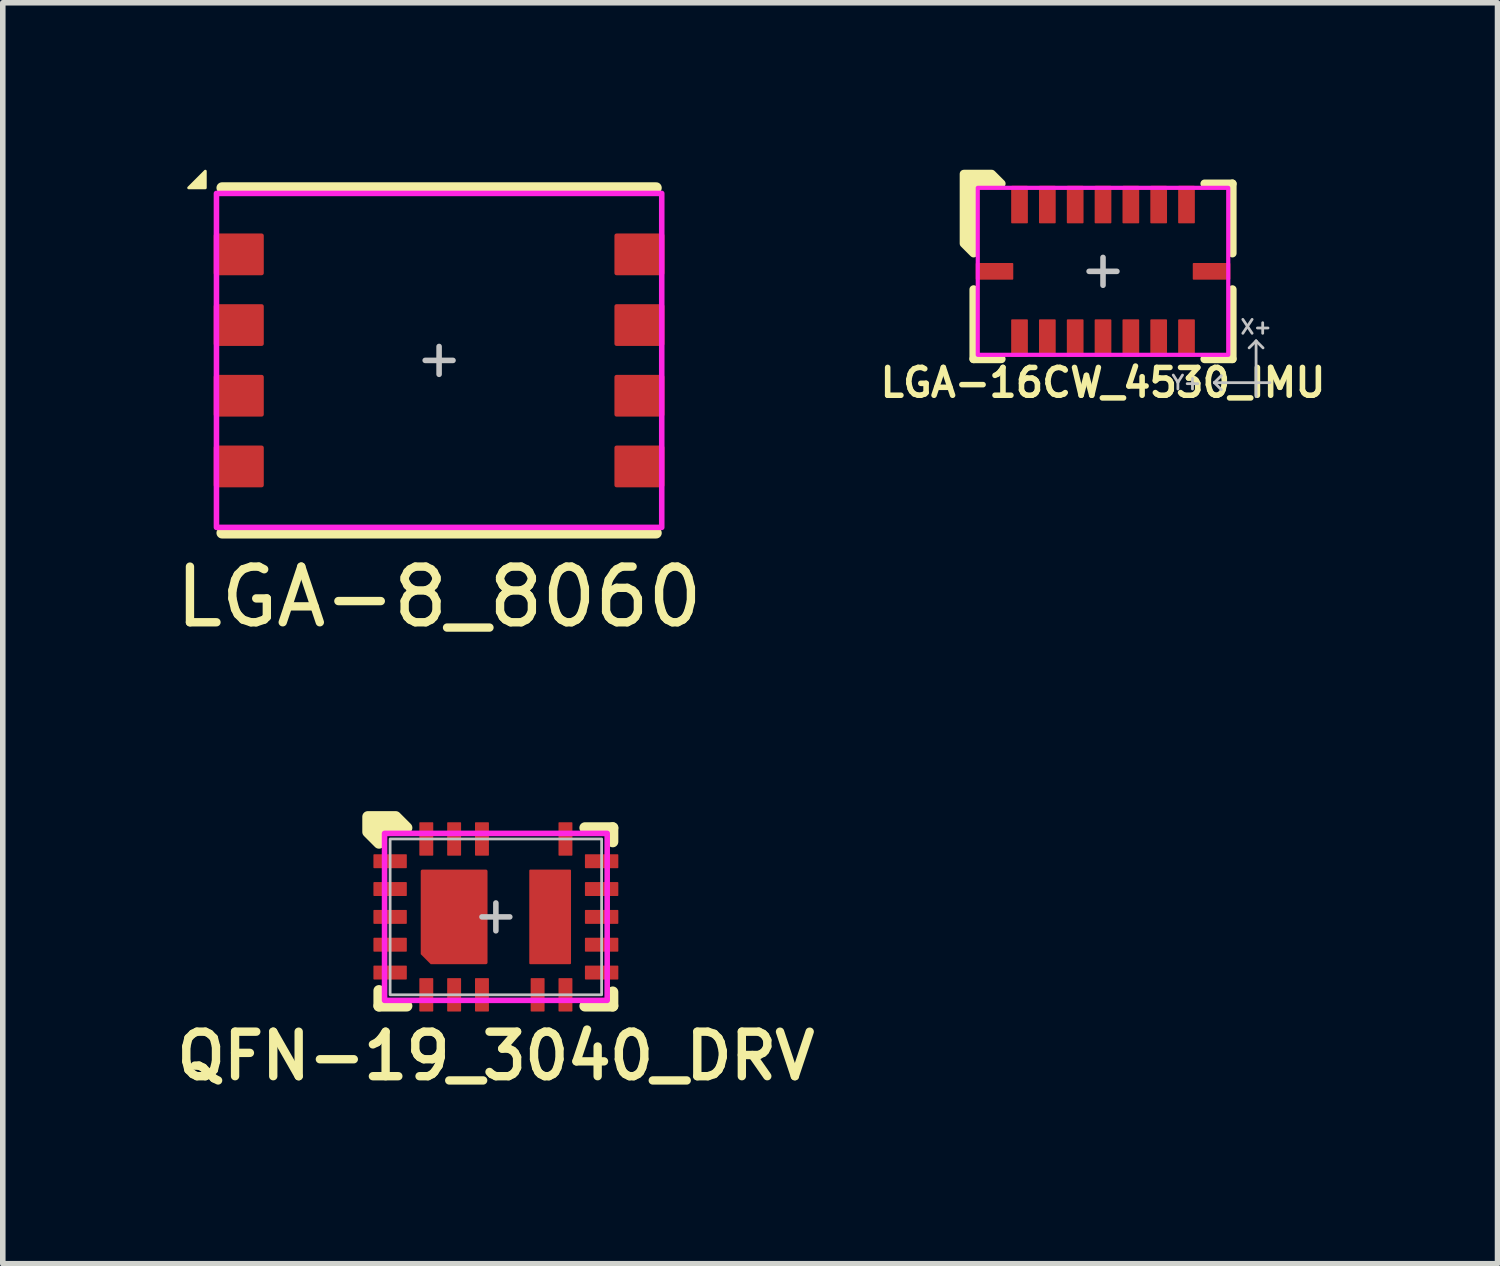
<source format=kicad_pcb>
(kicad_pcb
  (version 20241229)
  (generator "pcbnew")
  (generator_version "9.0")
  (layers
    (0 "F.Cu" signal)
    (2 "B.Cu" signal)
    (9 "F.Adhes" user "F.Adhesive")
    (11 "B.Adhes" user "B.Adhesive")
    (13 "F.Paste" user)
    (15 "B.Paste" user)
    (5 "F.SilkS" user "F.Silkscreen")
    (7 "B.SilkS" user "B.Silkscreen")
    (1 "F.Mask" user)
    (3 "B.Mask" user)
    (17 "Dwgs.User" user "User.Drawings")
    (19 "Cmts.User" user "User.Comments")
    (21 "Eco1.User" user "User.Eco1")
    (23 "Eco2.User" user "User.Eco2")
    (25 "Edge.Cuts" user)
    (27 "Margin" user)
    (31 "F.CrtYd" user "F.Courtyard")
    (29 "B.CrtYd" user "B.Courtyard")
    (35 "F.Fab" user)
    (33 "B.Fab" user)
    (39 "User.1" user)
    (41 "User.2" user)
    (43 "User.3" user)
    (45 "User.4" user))
  (footprint "QFN-19_3040_DRV"
    (layer "F.Cu")
    (at 5.859 13.423)
    (property "Reference" "QFN-19_3040_DRV" (at 0 2.5 0) (unlocked yes) (layer "F.SilkS") (effects (font (size 0.8 0.8) (thickness 0.15))))
    (attr smd)
    (fp_line (start -2.1 1.325) (end -2.1 1.6) (stroke (width 0.2) (type solid)) (layer "F.SilkS"))
    (fp_line (start -2.1 1.6) (end -1.6 1.6) (stroke (width 0.2) (type solid)) (layer "F.SilkS"))
    (fp_line (start 1.6 1.6) (end 2.1 1.6) (stroke (width 0.2) (type solid)) (layer "F.SilkS"))
    (fp_line (start 2.1 -1.6) (end 1.6 -1.6) (stroke (width 0.2) (type solid)) (layer "F.SilkS"))
    (fp_line (start 2.1 -1.35) (end 2.1 -1.6) (stroke (width 0.2) (type solid)) (layer "F.SilkS"))
    (fp_line (start 2.1 1.6) (end 2.1 1.35) (stroke (width 0.2) (type solid)) (layer "F.SilkS"))
    (fp_poly (pts (xy -2.1 -1.6) (xy -2.1 -1.325) (xy -2.3 -1.525) (xy -2.3 -1.8) (xy -1.8 -1.8) (xy -1.6 -1.6)) (stroke (width 0.2) (type solid)) (fill yes) (layer "F.SilkS"))
    (fp_rect (start -1.25 -0.75) (end -0.25 -0.075) (stroke (width 0) (type solid)) (fill yes) (layer "F.Paste"))
    (fp_rect (start 0.7 -0.75) (end 1.25 -0.075) (stroke (width 0) (type solid)) (fill yes) (layer "F.Paste"))
    (fp_rect (start 0.7 0.075) (end 1.25 0.75) (stroke (width 0) (type solid)) (fill yes) (layer "F.Paste"))
    (fp_poly (pts (xy -0.25 0.75) (xy -0.25 0.075) (xy -1.25 0.075) (xy -1.25 0.625) (xy -1.125 0.75)) (stroke (width 0) (type solid)) (fill yes) (layer "F.Paste"))
    (fp_line (start 0 -0.25) (end 0 0.25) (stroke (width 0.1) (type default)) (layer "Dwgs.User"))
    (fp_line (start 0.25 0) (end -0.25 0) (stroke (width 0.1) (type default)) (layer "Dwgs.User"))
    (fp_rect (start -1.9 -1.4) (end 1.9 1.4) (stroke (width 0.05) (type default)) (fill no) (layer "Dwgs.User"))
    (fp_poly (pts (xy 2 -1.5) (xy 2 1.5) (xy -2 1.5) (xy -2 -1.5)) (stroke (width 0.1) (type default)) (fill no) (layer "F.CrtYd"))
    (pad "1" smd roundrect (at -1.9 -1) (size 0.6 0.25) (layers "F.Cu" "F.Mask" "F.Paste") (roundrect_rratio 0.05))
    (pad "2" smd roundrect (at -1.9 -0.5) (size 0.6 0.25) (layers "F.Cu" "F.Mask" "F.Paste") (roundrect_rratio 0.05))
    (pad "4" smd roundrect (at -1.9 0.5) (size 0.6 0.25) (layers "F.Cu" "F.Mask" "F.Paste") (roundrect_rratio 0.05))
    (pad "5" smd roundrect (at -1.9 1) (size 0.6 0.25) (layers "F.Cu" "F.Mask" "F.Paste") (roundrect_rratio 0.05))
    (pad "6" smd roundrect (at -1.25 1.4 90) (size 0.6 0.25) (layers "F.Cu" "F.Mask" "F.Paste") (roundrect_rratio 0.05))
    (pad "8" smd roundrect (at -0.25 1.4 90) (size 0.6 0.25) (layers "F.Cu" "F.Mask" "F.Paste") (roundrect_rratio 0.05))
    (pad "10" smd roundrect (at 1.25 1.4 90) (size 0.6 0.25) (layers "F.Cu" "F.Mask" "F.Paste") (roundrect_rratio 0.05))
    (pad "11" smd roundrect (at 1.9 1) (size 0.6 0.25) (layers "F.Cu" "F.Mask" "F.Paste") (roundrect_rratio 0.05))
    (pad "12" smd roundrect (at 1.9 0.5) (size 0.6 0.25) (layers "F.Cu" "F.Mask" "F.Paste") (roundrect_rratio 0.05))
    (pad "14" smd roundrect (at 1.9 -0.5) (size 0.6 0.25) (layers "F.Cu" "F.Mask" "F.Paste") (roundrect_rratio 0.05))
    (pad "15" smd roundrect (at 1.9 -1) (size 0.6 0.25) (layers "F.Cu" "F.Mask" "F.Paste") (roundrect_rratio 0.05))
    (pad "17" smd roundrect (at -0.25 -1.4 90) (size 0.6 0.25) (layers "F.Cu" "F.Mask" "F.Paste") (roundrect_rratio 0.05))
    (pad "18" smd roundrect (at -0.75 -1.4 90) (size 0.6 0.25) (layers "F.Cu" "F.Mask" "F.Paste") (roundrect_rratio 0.05))
    (pad "19" smd roundrect (at -1.25 -1.4 90) (size 0.6 0.25) (layers "F.Cu" "F.Mask" "F.Paste") (roundrect_rratio 0.05))
    (pad "GND" smd roundrect (at -1.9 0) (size 0.6 0.25) (layers "F.Cu" "F.Mask" "F.Paste") (roundrect_rratio 0.05))
    (pad "GND" smd roundrect (at -0.75 0 90) (size 1.7 1.2) (layers "F.Cu" "F.Mask") (roundrect_rratio 0.025) (chamfer_ratio 0.15) (chamfer top_left))
    (pad "GND" smd roundrect (at -0.75 1.4 90) (size 0.6 0.25) (layers "F.Cu" "F.Mask" "F.Paste") (roundrect_rratio 0.05))
    (pad "SW" smd roundrect (at 0.75 1.4 90) (size 0.6 0.25) (layers "F.Cu" "F.Mask" "F.Paste") (roundrect_rratio 0.05))
    (pad "SW" smd roundrect (at 0.975 0 90) (size 1.7 0.75) (layers "F.Cu" "F.Mask") (roundrect_rratio 0.025))
    (pad "SW" smd roundrect (at 1.25 -1.4 90) (size 0.6 0.25) (layers "F.Cu" "F.Mask" "F.Paste") (roundrect_rratio 0.05))
    (pad "SW" smd roundrect (at 1.9 0) (size 0.6 0.25) (layers "F.Cu" "F.Mask" "F.Paste") (roundrect_rratio 0.05)))
  (footprint "LGA-16CW_4530_IMU"
    (layer "F.Cu")
    (at 16.767 1.825)
    (property "Reference" "LGA-16CW_4530_IMU" (at 0 2 0) (unlocked yes) (layer "F.SilkS") (effects (font (size 0.5 0.5) (thickness 0.1))))
    (attr smd)
    (fp_line (start -2.325 0.325) (end -2.325 1.575) (stroke (width 0.15) (type solid)) (layer "F.SilkS"))
    (fp_line (start -2.325 1.575) (end -1.825 1.575) (stroke (width 0.15) (type solid)) (layer "F.SilkS"))
    (fp_line (start 1.825 -1.575) (end 2.325 -1.575) (stroke (width 0.15) (type solid)) (layer "F.SilkS"))
    (fp_line (start 1.825 1.575) (end 2.325 1.575) (stroke (width 0.15) (type solid)) (layer "F.SilkS"))
    (fp_line (start 2.325 -1.575) (end 2.325 -0.325) (stroke (width 0.15) (type solid)) (layer "F.SilkS"))
    (fp_line (start 2.325 0.325) (end 2.325 1.575) (stroke (width 0.15) (type solid)) (layer "F.SilkS"))
    (fp_poly (pts (xy -2.325 -0.325) (xy -2.325 -1.575) (xy -1.825 -1.575) (xy -2 -1.75) (xy -2.5 -1.75) (xy -2.5 -0.5)) (stroke (width 0.15) (type solid)) (fill yes) (layer "F.SilkS"))
    (fp_line (start 0 0.25) (end 0 -0.25) (stroke (width 0.1) (type default)) (layer "Dwgs.User"))
    (fp_line (start 0.25 0) (end -0.25 0) (stroke (width 0.1) (type default)) (layer "Dwgs.User"))
    (fp_line (start 2 2) (end 2.125 1.875) (stroke (width 0.05) (type solid)) (layer "Dwgs.User"))
    (fp_line (start 2 2) (end 2.125 2.125) (stroke (width 0.05) (type solid)) (layer "Dwgs.User"))
    (fp_line (start 2.75 1.25) (end 2.625 1.375) (stroke (width 0.05) (type solid)) (layer "Dwgs.User"))
    (fp_line (start 2.75 1.25) (end 2.875 1.375) (stroke (width 0.05) (type solid)) (layer "Dwgs.User"))
    (fp_line (start 2.75 2.25) (end 2.75 1.25) (stroke (width 0.05) (type solid)) (layer "Dwgs.User"))
    (fp_line (start 3 2) (end 2 2) (stroke (width 0.05) (type solid)) (layer "Dwgs.User"))
    (fp_rect (start -2.25 -1.5) (end 2.25 1.5) (stroke (width 0.075) (type default)) (fill no) (layer "F.CrtYd"))
    (fp_text user "Y+" (at 1.5 2 0) (unlocked yes) (layer "Dwgs.User") (effects (font (size 0.25 0.25) (thickness 0.05))))
    (fp_text user "X+" (at 2.75 1 0) (unlocked yes) (layer "Dwgs.User") (effects (font (size 0.25 0.25) (thickness 0.05))))
    (pad "1" smd roundrect (at -1.5 -1.2 90) (size 0.675 0.3) (layers "F.Cu" "F.Mask" "F.Paste") (roundrect_rratio 0.05))
    (pad "2" smd roundrect (at -1 -1.2 90) (size 0.675 0.3) (layers "F.Cu" "F.Mask" "F.Paste") (roundrect_rratio 0.05))
    (pad "3" smd roundrect (at -0.5 -1.2 90) (size 0.675 0.3) (layers "F.Cu" "F.Mask" "F.Paste") (roundrect_rratio 0.05))
    (pad "4" smd roundrect (at 0 -1.2 90) (size 0.675 0.3) (layers "F.Cu" "F.Mask" "F.Paste") (roundrect_rratio 0.05))
    (pad "5" smd roundrect (at 0.5 -1.2 90) (size 0.675 0.3) (layers "F.Cu" "F.Mask" "F.Paste") (roundrect_rratio 0.05))
    (pad "6" smd roundrect (at 1 -1.2 90) (size 0.675 0.3) (layers "F.Cu" "F.Mask" "F.Paste") (roundrect_rratio 0.05))
    (pad "7" smd roundrect (at 1.5 -1.2 90) (size 0.675 0.3) (layers "F.Cu" "F.Mask" "F.Paste") (roundrect_rratio 0.05))
    (pad "8" smd roundrect (at 1.95 0) (size 0.675 0.3) (layers "F.Cu" "F.Mask" "F.Paste") (roundrect_rratio 0.05))
    (pad "9" smd roundrect (at 1.5 1.2 90) (size 0.675 0.3) (layers "F.Cu" "F.Mask" "F.Paste") (roundrect_rratio 0.05))
    (pad "10" smd roundrect (at 1 1.2 90) (size 0.675 0.3) (layers "F.Cu" "F.Mask" "F.Paste") (roundrect_rratio 0.05))
    (pad "11" smd roundrect (at 0.5 1.2 90) (size 0.675 0.3) (layers "F.Cu" "F.Mask" "F.Paste") (roundrect_rratio 0.05))
    (pad "12" smd roundrect (at 0 1.2 90) (size 0.675 0.3) (layers "F.Cu" "F.Mask" "F.Paste") (roundrect_rratio 0.05))
    (pad "13" smd roundrect (at -0.5 1.2 90) (size 0.675 0.3) (layers "F.Cu" "F.Mask" "F.Paste") (roundrect_rratio 0.05))
    (pad "14" smd roundrect (at -1 1.2 90) (size 0.675 0.3) (layers "F.Cu" "F.Mask" "F.Paste") (roundrect_rratio 0.05))
    (pad "15" smd roundrect (at -1.5 1.2 90) (size 0.675 0.3) (layers "F.Cu" "F.Mask" "F.Paste") (roundrect_rratio 0.05))
    (pad "16" smd roundrect (at -1.95 0) (size 0.675 0.3) (layers "F.Cu" "F.Mask" "F.Paste") (roundrect_rratio 0.05)))
  (footprint "LGA-8_8060"
    (layer "F.Cu")
    (at 4.839 3.425)
    (property "Reference" "LGA-8_8060" (at 0 4.25 0) (unlocked yes) (layer "F.SilkS") (effects (font (size 1 1) (thickness 0.15))))
    (attr smd)
    (fp_line (start -3.9 -3.1) (end 3.9 -3.1) (stroke (width 0.2) (type solid)) (layer "F.SilkS"))
    (fp_line (start -3.9 3.1) (end 3.9 3.1) (stroke (width 0.2) (type solid)) (layer "F.SilkS"))
    (fp_poly (pts (xy -4.2 -3.4) (xy -4.2 -3.1) (xy -4.5 -3.1)) (stroke (width 0.05) (type solid)) (fill yes) (layer "F.SilkS"))
    (fp_line (start -0.25 0) (end 0.25 0) (stroke (width 0.1) (type solid)) (layer "Dwgs.User"))
    (fp_line (start 0 0.25) (end 0 -0.25) (stroke (width 0.1) (type solid)) (layer "Dwgs.User"))
    (fp_rect (start -4 -3) (end 4 3) (stroke (width 0.1) (type solid)) (fill no) (layer "F.CrtYd"))
    (pad "1" smd roundrect (at -3.6 -1.905) (size 0.9 0.75) (layers "F.Cu" "F.Mask" "F.Paste") (roundrect_rratio 0.05))
    (pad "2" smd roundrect (at -3.6 -0.635) (size 0.9 0.75) (layers "F.Cu" "F.Mask" "F.Paste") (roundrect_rratio 0.05))
    (pad "3" smd roundrect (at -3.6 0.635) (size 0.9 0.75) (layers "F.Cu" "F.Mask" "F.Paste") (roundrect_rratio 0.05))
    (pad "4" smd roundrect (at -3.6 1.905) (size 0.9 0.75) (layers "F.Cu" "F.Mask" "F.Paste") (roundrect_rratio 0.05))
    (pad "5" smd roundrect (at 3.6 1.905) (size 0.9 0.75) (layers "F.Cu" "F.Mask" "F.Paste") (roundrect_rratio 0.05))
    (pad "6" smd roundrect (at 3.6 0.635) (size 0.9 0.75) (layers "F.Cu" "F.Mask" "F.Paste") (roundrect_rratio 0.05))
    (pad "7" smd roundrect (at 3.6 -0.635) (size 0.9 0.75) (layers "F.Cu" "F.Mask" "F.Paste") (roundrect_rratio 0.05))
    (pad "8" smd roundrect (at 3.6 -1.905) (size 0.9 0.75) (layers "F.Cu" "F.Mask" "F.Paste") (roundrect_rratio 0.05)))
  (gr_rect
    (start -3 -3)
    (end 23.855 19.654)
    (stroke (width 0.1) (type default))
    (fill no)
    (layer "Edge.Cuts")))
</source>
